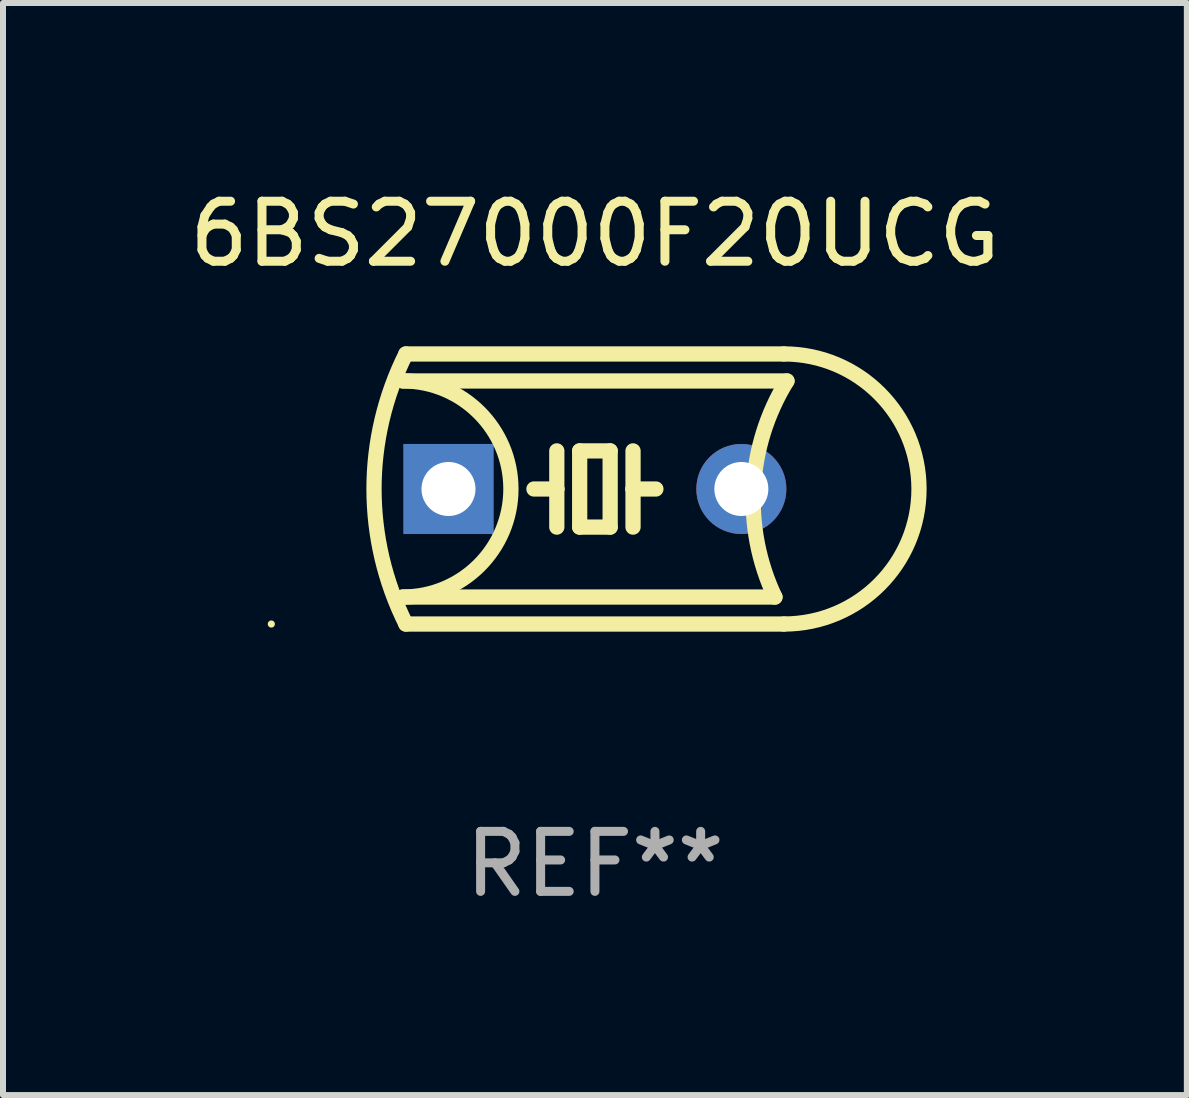
<source format=kicad_pcb>
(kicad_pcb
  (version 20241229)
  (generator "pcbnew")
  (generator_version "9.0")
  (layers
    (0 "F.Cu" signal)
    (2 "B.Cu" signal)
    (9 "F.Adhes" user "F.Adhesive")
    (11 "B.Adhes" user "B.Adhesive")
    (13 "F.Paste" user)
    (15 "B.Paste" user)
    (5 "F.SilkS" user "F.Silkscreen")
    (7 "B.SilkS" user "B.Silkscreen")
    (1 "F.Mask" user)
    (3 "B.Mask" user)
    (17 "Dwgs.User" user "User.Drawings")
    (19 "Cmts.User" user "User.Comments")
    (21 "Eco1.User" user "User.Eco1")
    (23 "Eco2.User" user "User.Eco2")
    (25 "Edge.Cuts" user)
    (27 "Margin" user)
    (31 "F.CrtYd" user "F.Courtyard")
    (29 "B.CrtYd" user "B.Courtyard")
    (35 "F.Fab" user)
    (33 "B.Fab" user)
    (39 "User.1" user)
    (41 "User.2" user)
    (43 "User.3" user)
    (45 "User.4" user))
  (footprint "6BS27000F20UCG"
    (layer "F.Cu")
    (at 6.863 5.098)
    (property "Reference" "6BS27000F20UCG" (at 0 -4.25 0) (layer "F.SilkS") (effects (font (size 1 1) (thickness 0.15))))
    (attr through_hole)
    (fp_line (start -3.2 -1.8) (end 3.2 -1.8) (stroke (width 0.254) (type solid)) (layer "F.SilkS"))
    (fp_line (start -3.15 2.25) (end 3.15 2.25) (stroke (width 0.254) (type solid)) (layer "F.SilkS"))
    (fp_line (start -0.635 -0.635) (end -0.635 0) (stroke (width 0.254) (type solid)) (layer "F.SilkS"))
    (fp_line (start -0.635 0) (end -1.016 0) (stroke (width 0.254) (type solid)) (layer "F.SilkS"))
    (fp_line (start -0.635 0) (end -0.635 0.635) (stroke (width 0.254) (type solid)) (layer "F.SilkS"))
    (fp_line (start -0.254 -0.635) (end -0.254 0.635) (stroke (width 0.254) (type solid)) (layer "F.SilkS"))
    (fp_line (start -0.254 0.635) (end 0.254 0.635) (stroke (width 0.254) (type solid)) (layer "F.SilkS"))
    (fp_line (start 0.254 -0.635) (end -0.254 -0.635) (stroke (width 0.254) (type solid)) (layer "F.SilkS"))
    (fp_line (start 0.254 0.635) (end 0.254 -0.635) (stroke (width 0.254) (type solid)) (layer "F.SilkS"))
    (fp_line (start 0.635 -0.635) (end 0.635 0) (stroke (width 0.254) (type solid)) (layer "F.SilkS"))
    (fp_line (start 0.635 0) (end 0.635 0.635) (stroke (width 0.254) (type solid)) (layer "F.SilkS"))
    (fp_line (start 0.635 0) (end 1.016 0) (stroke (width 0.254) (type solid)) (layer "F.SilkS"))
    (fp_line (start 3 1.8) (end -3.2 1.8) (stroke (width 0.254) (type solid)) (layer "F.SilkS"))
    (fp_line (start 3.15 -2.25) (end -3.15 -2.25) (stroke (width 0.254) (type solid)) (layer "F.SilkS"))
    (fp_arc (start -3.200406 -1.800864) (mid -1.399974 -0.000635) (end -3.2 1.8) (stroke (width 0.254001) (type solid)) (layer "F.SilkS"))
    (fp_arc (start -3.149606 2.250444) (mid -3.680941 0.000261) (end -3.149987 -2.250013) (stroke (width 0.254001) (type solid)) (layer "F.SilkS"))
    (fp_arc (start 2.999746 1.800863) (mid 2.642982 -0.024977) (end 3.2 -1.8) (stroke (width 0.254001) (type solid)) (layer "F.SilkS"))
    (fp_arc (start 3.149607 -2.250445) (mid 5.399848 -0.000406) (end 3.149987 2.250013) (stroke (width 0.254001) (type solid)) (layer "F.SilkS"))
    (fp_circle (center -5.392 2.25) (end -5.362 2.25) (stroke (width 0.06) (type solid)) (fill no) (layer "F.SilkS"))
    (fp_text user "REF**" (at 0 6.25 0) (layer "F.Fab") (effects (font (size 1 1) (thickness 0.15))))
    (pad "1" thru_hole rect (at -2.44 0) (size 1.5 1.5) (drill 0.9) (layers "*.Cu" "*.Mask"))
    (pad "2" thru_hole circle (at 2.44 0) (size 1.5 1.5) (drill 0.9) (layers "*.Cu" "*.Mask")))
  (gr_rect
    (start -3 -3)
    (end 16.726 15.197)
    (stroke (width 0.1) (type default))
    (fill no)
    (layer "Edge.Cuts")))
</source>
